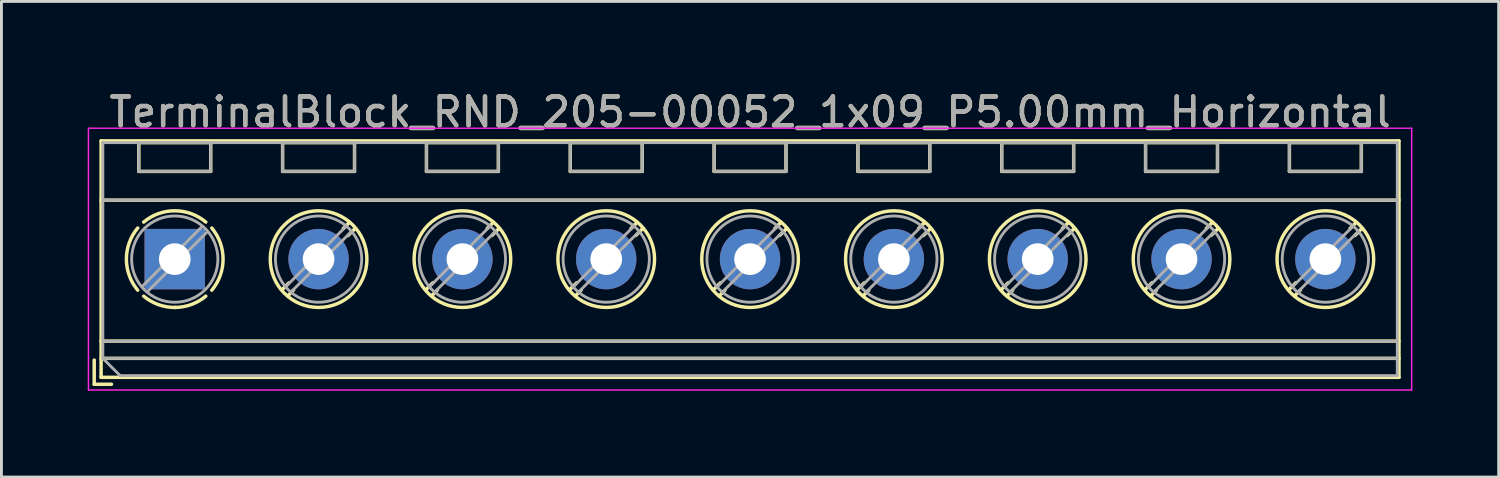
<source format=kicad_pcb>
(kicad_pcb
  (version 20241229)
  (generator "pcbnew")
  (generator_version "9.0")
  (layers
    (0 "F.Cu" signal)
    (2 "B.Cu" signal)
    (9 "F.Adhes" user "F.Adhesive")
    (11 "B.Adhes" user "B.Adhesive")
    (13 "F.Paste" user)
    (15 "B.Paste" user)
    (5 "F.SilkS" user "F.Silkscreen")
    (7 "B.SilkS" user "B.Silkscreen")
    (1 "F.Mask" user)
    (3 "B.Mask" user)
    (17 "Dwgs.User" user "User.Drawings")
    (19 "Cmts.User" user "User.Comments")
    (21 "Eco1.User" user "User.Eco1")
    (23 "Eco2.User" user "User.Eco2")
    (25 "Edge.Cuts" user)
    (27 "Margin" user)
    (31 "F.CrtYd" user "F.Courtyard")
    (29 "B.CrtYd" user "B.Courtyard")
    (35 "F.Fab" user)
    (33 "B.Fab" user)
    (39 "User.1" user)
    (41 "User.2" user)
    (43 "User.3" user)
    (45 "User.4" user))
  (footprint "TerminalBlock_RND_205-00052_1x09_P5.00mm_Horizontal"
    (layer "F.Cu")
    (at 3.025 5.958)
    (property "Reference" "TerminalBlock_RND_205-00052_1x09_P5.00mm_Horizontal" (at 20 -5.11 0) (layer "F.SilkS") (effects (font (size 1 1) (thickness 0.15))))
    (attr through_hole)
    (fp_line (start -2.8 3.51) (end -2.8 4.35) (stroke (width 0.12) (type solid)) (layer "F.SilkS"))
    (fp_line (start -2.8 4.35) (end -2.2 4.35) (stroke (width 0.12) (type solid)) (layer "F.SilkS"))
    (fp_line (start -2.56 -4.11) (end -2.56 4.11) (stroke (width 0.12) (type solid)) (layer "F.SilkS"))
    (fp_line (start -2.56 -4.11) (end 42.56 -4.11) (stroke (width 0.12) (type solid)) (layer "F.SilkS"))
    (fp_line (start -2.56 -2.05) (end 42.56 -2.05) (stroke (width 0.12) (type solid)) (layer "F.SilkS"))
    (fp_line (start -2.56 2.85) (end 42.56 2.85) (stroke (width 0.12) (type solid)) (layer "F.SilkS"))
    (fp_line (start -2.56 3.45) (end 42.56 3.45) (stroke (width 0.12) (type solid)) (layer "F.SilkS"))
    (fp_line (start -2.56 4.11) (end 42.56 4.11) (stroke (width 0.12) (type solid)) (layer "F.SilkS"))
    (fp_line (start -1.25 -4.05) (end -1.25 -3.05) (stroke (width 0.12) (type solid)) (layer "F.SilkS"))
    (fp_line (start -1.25 -4.05) (end 1.25 -4.05) (stroke (width 0.12) (type solid)) (layer "F.SilkS"))
    (fp_line (start -1.25 -3.05) (end 1.25 -3.05) (stroke (width 0.12) (type solid)) (layer "F.SilkS"))
    (fp_line (start 1.25 -4.05) (end 1.25 -3.05) (stroke (width 0.12) (type solid)) (layer "F.SilkS"))
    (fp_line (start 3.75 -4.05) (end 3.75 -3.05) (stroke (width 0.12) (type solid)) (layer "F.SilkS"))
    (fp_line (start 3.75 -4.05) (end 6.25 -4.05) (stroke (width 0.12) (type solid)) (layer "F.SilkS"))
    (fp_line (start 3.75 -3.05) (end 6.25 -3.05) (stroke (width 0.12) (type solid)) (layer "F.SilkS"))
    (fp_line (start 3.972 0.823) (end 3.726 1.069) (stroke (width 0.12) (type solid)) (layer "F.SilkS"))
    (fp_line (start 4.13 1.075) (end 3.931 1.274) (stroke (width 0.12) (type solid)) (layer "F.SilkS"))
    (fp_line (start 6.07 -1.275) (end 5.859 -1.064) (stroke (width 0.12) (type solid)) (layer "F.SilkS"))
    (fp_line (start 6.25 -4.05) (end 6.25 -3.05) (stroke (width 0.12) (type solid)) (layer "F.SilkS"))
    (fp_line (start 6.275 -1.069) (end 6.029 -0.823) (stroke (width 0.12) (type solid)) (layer "F.SilkS"))
    (fp_line (start 8.75 -4.05) (end 8.75 -3.05) (stroke (width 0.12) (type solid)) (layer "F.SilkS"))
    (fp_line (start 8.75 -4.05) (end 11.25 -4.05) (stroke (width 0.12) (type solid)) (layer "F.SilkS"))
    (fp_line (start 8.75 -3.05) (end 11.25 -3.05) (stroke (width 0.12) (type solid)) (layer "F.SilkS"))
    (fp_line (start 8.972 0.823) (end 8.726 1.069) (stroke (width 0.12) (type solid)) (layer "F.SilkS"))
    (fp_line (start 9.13 1.075) (end 8.931 1.274) (stroke (width 0.12) (type solid)) (layer "F.SilkS"))
    (fp_line (start 11.07 -1.275) (end 10.859 -1.064) (stroke (width 0.12) (type solid)) (layer "F.SilkS"))
    (fp_line (start 11.25 -4.05) (end 11.25 -3.05) (stroke (width 0.12) (type solid)) (layer "F.SilkS"))
    (fp_line (start 11.275 -1.069) (end 11.029 -0.823) (stroke (width 0.12) (type solid)) (layer "F.SilkS"))
    (fp_line (start 13.75 -4.05) (end 13.75 -3.05) (stroke (width 0.12) (type solid)) (layer "F.SilkS"))
    (fp_line (start 13.75 -4.05) (end 16.25 -4.05) (stroke (width 0.12) (type solid)) (layer "F.SilkS"))
    (fp_line (start 13.75 -3.05) (end 16.25 -3.05) (stroke (width 0.12) (type solid)) (layer "F.SilkS"))
    (fp_line (start 13.972 0.823) (end 13.726 1.069) (stroke (width 0.12) (type solid)) (layer "F.SilkS"))
    (fp_line (start 14.13 1.075) (end 13.931 1.274) (stroke (width 0.12) (type solid)) (layer "F.SilkS"))
    (fp_line (start 16.07 -1.275) (end 15.859 -1.064) (stroke (width 0.12) (type solid)) (layer "F.SilkS"))
    (fp_line (start 16.25 -4.05) (end 16.25 -3.05) (stroke (width 0.12) (type solid)) (layer "F.SilkS"))
    (fp_line (start 16.275 -1.069) (end 16.029 -0.823) (stroke (width 0.12) (type solid)) (layer "F.SilkS"))
    (fp_line (start 18.75 -4.05) (end 18.75 -3.05) (stroke (width 0.12) (type solid)) (layer "F.SilkS"))
    (fp_line (start 18.75 -4.05) (end 21.25 -4.05) (stroke (width 0.12) (type solid)) (layer "F.SilkS"))
    (fp_line (start 18.75 -3.05) (end 21.25 -3.05) (stroke (width 0.12) (type solid)) (layer "F.SilkS"))
    (fp_line (start 18.972 0.823) (end 18.726 1.069) (stroke (width 0.12) (type solid)) (layer "F.SilkS"))
    (fp_line (start 19.13 1.075) (end 18.931 1.274) (stroke (width 0.12) (type solid)) (layer "F.SilkS"))
    (fp_line (start 21.07 -1.275) (end 20.859 -1.064) (stroke (width 0.12) (type solid)) (layer "F.SilkS"))
    (fp_line (start 21.25 -4.05) (end 21.25 -3.05) (stroke (width 0.12) (type solid)) (layer "F.SilkS"))
    (fp_line (start 21.275 -1.069) (end 21.029 -0.823) (stroke (width 0.12) (type solid)) (layer "F.SilkS"))
    (fp_line (start 23.75 -4.05) (end 23.75 -3.05) (stroke (width 0.12) (type solid)) (layer "F.SilkS"))
    (fp_line (start 23.75 -4.05) (end 26.25 -4.05) (stroke (width 0.12) (type solid)) (layer "F.SilkS"))
    (fp_line (start 23.75 -3.05) (end 26.25 -3.05) (stroke (width 0.12) (type solid)) (layer "F.SilkS"))
    (fp_line (start 23.972 0.823) (end 23.726 1.069) (stroke (width 0.12) (type solid)) (layer "F.SilkS"))
    (fp_line (start 24.13 1.075) (end 23.931 1.274) (stroke (width 0.12) (type solid)) (layer "F.SilkS"))
    (fp_line (start 26.07 -1.275) (end 25.859 -1.064) (stroke (width 0.12) (type solid)) (layer "F.SilkS"))
    (fp_line (start 26.25 -4.05) (end 26.25 -3.05) (stroke (width 0.12) (type solid)) (layer "F.SilkS"))
    (fp_line (start 26.275 -1.069) (end 26.029 -0.823) (stroke (width 0.12) (type solid)) (layer "F.SilkS"))
    (fp_line (start 28.75 -4.05) (end 28.75 -3.05) (stroke (width 0.12) (type solid)) (layer "F.SilkS"))
    (fp_line (start 28.75 -4.05) (end 31.25 -4.05) (stroke (width 0.12) (type solid)) (layer "F.SilkS"))
    (fp_line (start 28.75 -3.05) (end 31.25 -3.05) (stroke (width 0.12) (type solid)) (layer "F.SilkS"))
    (fp_line (start 28.972 0.823) (end 28.726 1.069) (stroke (width 0.12) (type solid)) (layer "F.SilkS"))
    (fp_line (start 29.13 1.075) (end 28.931 1.274) (stroke (width 0.12) (type solid)) (layer "F.SilkS"))
    (fp_line (start 31.07 -1.275) (end 30.859 -1.064) (stroke (width 0.12) (type solid)) (layer "F.SilkS"))
    (fp_line (start 31.25 -4.05) (end 31.25 -3.05) (stroke (width 0.12) (type solid)) (layer "F.SilkS"))
    (fp_line (start 31.275 -1.069) (end 31.029 -0.823) (stroke (width 0.12) (type solid)) (layer "F.SilkS"))
    (fp_line (start 33.75 -4.05) (end 33.75 -3.05) (stroke (width 0.12) (type solid)) (layer "F.SilkS"))
    (fp_line (start 33.75 -4.05) (end 36.25 -4.05) (stroke (width 0.12) (type solid)) (layer "F.SilkS"))
    (fp_line (start 33.75 -3.05) (end 36.25 -3.05) (stroke (width 0.12) (type solid)) (layer "F.SilkS"))
    (fp_line (start 33.972 0.823) (end 33.726 1.069) (stroke (width 0.12) (type solid)) (layer "F.SilkS"))
    (fp_line (start 34.13 1.075) (end 33.931 1.274) (stroke (width 0.12) (type solid)) (layer "F.SilkS"))
    (fp_line (start 36.07 -1.275) (end 35.859 -1.064) (stroke (width 0.12) (type solid)) (layer "F.SilkS"))
    (fp_line (start 36.25 -4.05) (end 36.25 -3.05) (stroke (width 0.12) (type solid)) (layer "F.SilkS"))
    (fp_line (start 36.275 -1.069) (end 36.029 -0.823) (stroke (width 0.12) (type solid)) (layer "F.SilkS"))
    (fp_line (start 38.75 -4.05) (end 38.75 -3.05) (stroke (width 0.12) (type solid)) (layer "F.SilkS"))
    (fp_line (start 38.75 -4.05) (end 41.25 -4.05) (stroke (width 0.12) (type solid)) (layer "F.SilkS"))
    (fp_line (start 38.75 -3.05) (end 41.25 -3.05) (stroke (width 0.12) (type solid)) (layer "F.SilkS"))
    (fp_line (start 38.972 0.823) (end 38.726 1.069) (stroke (width 0.12) (type solid)) (layer "F.SilkS"))
    (fp_line (start 39.13 1.075) (end 38.931 1.274) (stroke (width 0.12) (type solid)) (layer "F.SilkS"))
    (fp_line (start 41.07 -1.275) (end 40.859 -1.064) (stroke (width 0.12) (type solid)) (layer "F.SilkS"))
    (fp_line (start 41.25 -4.05) (end 41.25 -3.05) (stroke (width 0.12) (type solid)) (layer "F.SilkS"))
    (fp_line (start 41.275 -1.069) (end 41.029 -0.823) (stroke (width 0.12) (type solid)) (layer "F.SilkS"))
    (fp_line (start 42.56 -4.11) (end 42.56 4.11) (stroke (width 0.12) (type solid)) (layer "F.SilkS"))
    (fp_arc (start -1.288062 1.079734) (mid -1.680752 -0.000826) (end -1.287 -1.081) (stroke (width 0.12) (type solid)) (layer "F.SilkS"))
    (fp_arc (start -1.079908 -1.287078) (mid 0.00006 -1.68011) (end 1.08 -1.287) (stroke (width 0.12) (type solid)) (layer "F.SilkS"))
    (fp_arc (start 0.028507 1.680511) (mid -0.561826 1.584071) (end -1.081 1.287) (stroke (width 0.12) (type solid)) (layer "F.SilkS"))
    (fp_arc (start 1.079883 1.286955) (mid 0.574594 1.578684) (end 0 1.68) (stroke (width 0.12) (type solid)) (layer "F.SilkS"))
    (fp_arc (start 1.287078 -1.079908) (mid 1.68011 0.00006) (end 1.287 1.08) (stroke (width 0.12) (type solid)) (layer "F.SilkS"))
    (fp_circle (center 5 0) (end 6.68 0) (stroke (width 0.12) (type solid)) (fill no) (layer "F.SilkS"))
    (fp_circle (center 10 0) (end 11.68 0) (stroke (width 0.12) (type solid)) (fill no) (layer "F.SilkS"))
    (fp_circle (center 15 0) (end 16.68 0) (stroke (width 0.12) (type solid)) (fill no) (layer "F.SilkS"))
    (fp_circle (center 20 0) (end 21.68 0) (stroke (width 0.12) (type solid)) (fill no) (layer "F.SilkS"))
    (fp_circle (center 25 0) (end 26.68 0) (stroke (width 0.12) (type solid)) (fill no) (layer "F.SilkS"))
    (fp_circle (center 30 0) (end 31.68 0) (stroke (width 0.12) (type solid)) (fill no) (layer "F.SilkS"))
    (fp_circle (center 35 0) (end 36.68 0) (stroke (width 0.12) (type solid)) (fill no) (layer "F.SilkS"))
    (fp_circle (center 40 0) (end 41.68 0) (stroke (width 0.12) (type solid)) (fill no) (layer "F.SilkS"))
    (fp_line (start -3 -4.55) (end -3 4.55) (stroke (width 0.05) (type solid)) (layer "F.CrtYd"))
    (fp_line (start -3 4.55) (end 43 4.55) (stroke (width 0.05) (type solid)) (layer "F.CrtYd"))
    (fp_line (start 43 -4.55) (end -3 -4.55) (stroke (width 0.05) (type solid)) (layer "F.CrtYd"))
    (fp_line (start 43 4.55) (end 43 -4.55) (stroke (width 0.05) (type solid)) (layer "F.CrtYd"))
    (fp_line (start -2.5 -4.05) (end 42.5 -4.05) (stroke (width 0.1) (type solid)) (layer "F.Fab"))
    (fp_line (start -2.5 -2.05) (end 42.5 -2.05) (stroke (width 0.1) (type solid)) (layer "F.Fab"))
    (fp_line (start -2.5 2.85) (end 42.5 2.85) (stroke (width 0.1) (type solid)) (layer "F.Fab"))
    (fp_line (start -2.5 3.45) (end -2.5 -4.05) (stroke (width 0.1) (type solid)) (layer "F.Fab"))
    (fp_line (start -2.5 3.45) (end 42.5 3.45) (stroke (width 0.1) (type solid)) (layer "F.Fab"))
    (fp_line (start -1.9 4.05) (end -2.5 3.45) (stroke (width 0.1) (type solid)) (layer "F.Fab"))
    (fp_line (start -1.25 -4.05) (end -1.25 -3.05) (stroke (width 0.1) (type solid)) (layer "F.Fab"))
    (fp_line (start -1.25 -3.05) (end 1.25 -3.05) (stroke (width 0.1) (type solid)) (layer "F.Fab"))
    (fp_line (start 0.955 -1.138) (end -1.138 0.955) (stroke (width 0.1) (type solid)) (layer "F.Fab"))
    (fp_line (start 1.138 -0.955) (end -0.955 1.138) (stroke (width 0.1) (type solid)) (layer "F.Fab"))
    (fp_line (start 1.25 -4.05) (end -1.25 -4.05) (stroke (width 0.1) (type solid)) (layer "F.Fab"))
    (fp_line (start 1.25 -3.05) (end 1.25 -4.05) (stroke (width 0.1) (type solid)) (layer "F.Fab"))
    (fp_line (start 3.75 -4.05) (end 3.75 -3.05) (stroke (width 0.1) (type solid)) (layer "F.Fab"))
    (fp_line (start 3.75 -3.05) (end 6.25 -3.05) (stroke (width 0.1) (type solid)) (layer "F.Fab"))
    (fp_line (start 5.955 -1.138) (end 3.863 0.955) (stroke (width 0.1) (type solid)) (layer "F.Fab"))
    (fp_line (start 6.138 -0.955) (end 4.046 1.138) (stroke (width 0.1) (type solid)) (layer "F.Fab"))
    (fp_line (start 6.25 -4.05) (end 3.75 -4.05) (stroke (width 0.1) (type solid)) (layer "F.Fab"))
    (fp_line (start 6.25 -3.05) (end 6.25 -4.05) (stroke (width 0.1) (type solid)) (layer "F.Fab"))
    (fp_line (start 8.75 -4.05) (end 8.75 -3.05) (stroke (width 0.1) (type solid)) (layer "F.Fab"))
    (fp_line (start 8.75 -3.05) (end 11.25 -3.05) (stroke (width 0.1) (type solid)) (layer "F.Fab"))
    (fp_line (start 10.955 -1.138) (end 8.863 0.955) (stroke (width 0.1) (type solid)) (layer "F.Fab"))
    (fp_line (start 11.138 -0.955) (end 9.046 1.138) (stroke (width 0.1) (type solid)) (layer "F.Fab"))
    (fp_line (start 11.25 -4.05) (end 8.75 -4.05) (stroke (width 0.1) (type solid)) (layer "F.Fab"))
    (fp_line (start 11.25 -3.05) (end 11.25 -4.05) (stroke (width 0.1) (type solid)) (layer "F.Fab"))
    (fp_line (start 13.75 -4.05) (end 13.75 -3.05) (stroke (width 0.1) (type solid)) (layer "F.Fab"))
    (fp_line (start 13.75 -3.05) (end 16.25 -3.05) (stroke (width 0.1) (type solid)) (layer "F.Fab"))
    (fp_line (start 15.955 -1.138) (end 13.863 0.955) (stroke (width 0.1) (type solid)) (layer "F.Fab"))
    (fp_line (start 16.138 -0.955) (end 14.046 1.138) (stroke (width 0.1) (type solid)) (layer "F.Fab"))
    (fp_line (start 16.25 -4.05) (end 13.75 -4.05) (stroke (width 0.1) (type solid)) (layer "F.Fab"))
    (fp_line (start 16.25 -3.05) (end 16.25 -4.05) (stroke (width 0.1) (type solid)) (layer "F.Fab"))
    (fp_line (start 18.75 -4.05) (end 18.75 -3.05) (stroke (width 0.1) (type solid)) (layer "F.Fab"))
    (fp_line (start 18.75 -3.05) (end 21.25 -3.05) (stroke (width 0.1) (type solid)) (layer "F.Fab"))
    (fp_line (start 20.955 -1.138) (end 18.863 0.955) (stroke (width 0.1) (type solid)) (layer "F.Fab"))
    (fp_line (start 21.138 -0.955) (end 19.046 1.138) (stroke (width 0.1) (type solid)) (layer "F.Fab"))
    (fp_line (start 21.25 -4.05) (end 18.75 -4.05) (stroke (width 0.1) (type solid)) (layer "F.Fab"))
    (fp_line (start 21.25 -3.05) (end 21.25 -4.05) (stroke (width 0.1) (type solid)) (layer "F.Fab"))
    (fp_line (start 23.75 -4.05) (end 23.75 -3.05) (stroke (width 0.1) (type solid)) (layer "F.Fab"))
    (fp_line (start 23.75 -3.05) (end 26.25 -3.05) (stroke (width 0.1) (type solid)) (layer "F.Fab"))
    (fp_line (start 25.955 -1.138) (end 23.863 0.955) (stroke (width 0.1) (type solid)) (layer "F.Fab"))
    (fp_line (start 26.138 -0.955) (end 24.046 1.138) (stroke (width 0.1) (type solid)) (layer "F.Fab"))
    (fp_line (start 26.25 -4.05) (end 23.75 -4.05) (stroke (width 0.1) (type solid)) (layer "F.Fab"))
    (fp_line (start 26.25 -3.05) (end 26.25 -4.05) (stroke (width 0.1) (type solid)) (layer "F.Fab"))
    (fp_line (start 28.75 -4.05) (end 28.75 -3.05) (stroke (width 0.1) (type solid)) (layer "F.Fab"))
    (fp_line (start 28.75 -3.05) (end 31.25 -3.05) (stroke (width 0.1) (type solid)) (layer "F.Fab"))
    (fp_line (start 30.955 -1.138) (end 28.863 0.955) (stroke (width 0.1) (type solid)) (layer "F.Fab"))
    (fp_line (start 31.138 -0.955) (end 29.046 1.138) (stroke (width 0.1) (type solid)) (layer "F.Fab"))
    (fp_line (start 31.25 -4.05) (end 28.75 -4.05) (stroke (width 0.1) (type solid)) (layer "F.Fab"))
    (fp_line (start 31.25 -3.05) (end 31.25 -4.05) (stroke (width 0.1) (type solid)) (layer "F.Fab"))
    (fp_line (start 33.75 -4.05) (end 33.75 -3.05) (stroke (width 0.1) (type solid)) (layer "F.Fab"))
    (fp_line (start 33.75 -3.05) (end 36.25 -3.05) (stroke (width 0.1) (type solid)) (layer "F.Fab"))
    (fp_line (start 35.955 -1.138) (end 33.863 0.955) (stroke (width 0.1) (type solid)) (layer "F.Fab"))
    (fp_line (start 36.138 -0.955) (end 34.046 1.138) (stroke (width 0.1) (type solid)) (layer "F.Fab"))
    (fp_line (start 36.25 -4.05) (end 33.75 -4.05) (stroke (width 0.1) (type solid)) (layer "F.Fab"))
    (fp_line (start 36.25 -3.05) (end 36.25 -4.05) (stroke (width 0.1) (type solid)) (layer "F.Fab"))
    (fp_line (start 38.75 -4.05) (end 38.75 -3.05) (stroke (width 0.1) (type solid)) (layer "F.Fab"))
    (fp_line (start 38.75 -3.05) (end 41.25 -3.05) (stroke (width 0.1) (type solid)) (layer "F.Fab"))
    (fp_line (start 40.955 -1.138) (end 38.863 0.955) (stroke (width 0.1) (type solid)) (layer "F.Fab"))
    (fp_line (start 41.138 -0.955) (end 39.046 1.138) (stroke (width 0.1) (type solid)) (layer "F.Fab"))
    (fp_line (start 41.25 -4.05) (end 38.75 -4.05) (stroke (width 0.1) (type solid)) (layer "F.Fab"))
    (fp_line (start 41.25 -3.05) (end 41.25 -4.05) (stroke (width 0.1) (type solid)) (layer "F.Fab"))
    (fp_line (start 42.5 -4.05) (end 42.5 4.05) (stroke (width 0.1) (type solid)) (layer "F.Fab"))
    (fp_line (start 42.5 4.05) (end -1.9 4.05) (stroke (width 0.1) (type solid)) (layer "F.Fab"))
    (fp_circle (center 0 0) (end 1.5 0) (stroke (width 0.1) (type solid)) (fill no) (layer "F.Fab"))
    (fp_circle (center 5 0) (end 6.5 0) (stroke (width 0.1) (type solid)) (fill no) (layer "F.Fab"))
    (fp_circle (center 10 0) (end 11.5 0) (stroke (width 0.1) (type solid)) (fill no) (layer "F.Fab"))
    (fp_circle (center 15 0) (end 16.5 0) (stroke (width 0.1) (type solid)) (fill no) (layer "F.Fab"))
    (fp_circle (center 20 0) (end 21.5 0) (stroke (width 0.1) (type solid)) (fill no) (layer "F.Fab"))
    (fp_circle (center 25 0) (end 26.5 0) (stroke (width 0.1) (type solid)) (fill no) (layer "F.Fab"))
    (fp_circle (center 30 0) (end 31.5 0) (stroke (width 0.1) (type solid)) (fill no) (layer "F.Fab"))
    (fp_circle (center 35 0) (end 36.5 0) (stroke (width 0.1) (type solid)) (fill no) (layer "F.Fab"))
    (fp_circle (center 40 0) (end 41.5 0) (stroke (width 0.1) (type solid)) (fill no) (layer "F.Fab"))
    (fp_text user "${REFERENCE}" (at 20 -5.11 0) (layer "F.Fab") (effects (font (size 1 1) (thickness 0.15))))
    (pad "1" thru_hole rect (at 0 0) (size 2.1 2.1) (drill 1.1) (layers "*.Cu" "*.Mask"))
    (pad "2" thru_hole circle (at 5 0) (size 2.1 2.1) (drill 1.1) (layers "*.Cu" "*.Mask"))
    (pad "3" thru_hole circle (at 10 0) (size 2.1 2.1) (drill 1.1) (layers "*.Cu" "*.Mask"))
    (pad "4" thru_hole circle (at 15 0) (size 2.1 2.1) (drill 1.1) (layers "*.Cu" "*.Mask"))
    (pad "5" thru_hole circle (at 20 0) (size 2.1 2.1) (drill 1.1) (layers "*.Cu" "*.Mask"))
    (pad "6" thru_hole circle (at 25 0) (size 2.1 2.1) (drill 1.1) (layers "*.Cu" "*.Mask"))
    (pad "7" thru_hole circle (at 30 0) (size 2.1 2.1) (drill 1.1) (layers "*.Cu" "*.Mask"))
    (pad "8" thru_hole circle (at 35 0) (size 2.1 2.1) (drill 1.1) (layers "*.Cu" "*.Mask"))
    (pad "9" thru_hole circle (at 40 0) (size 2.1 2.1) (drill 1.1) (layers "*.Cu" "*.Mask")))
  (gr_rect
    (start -3 -3)
    (end 49.05 13.533)
    (stroke (width 0.1) (type default))
    (fill no)
    (layer "Edge.Cuts")))
</source>
